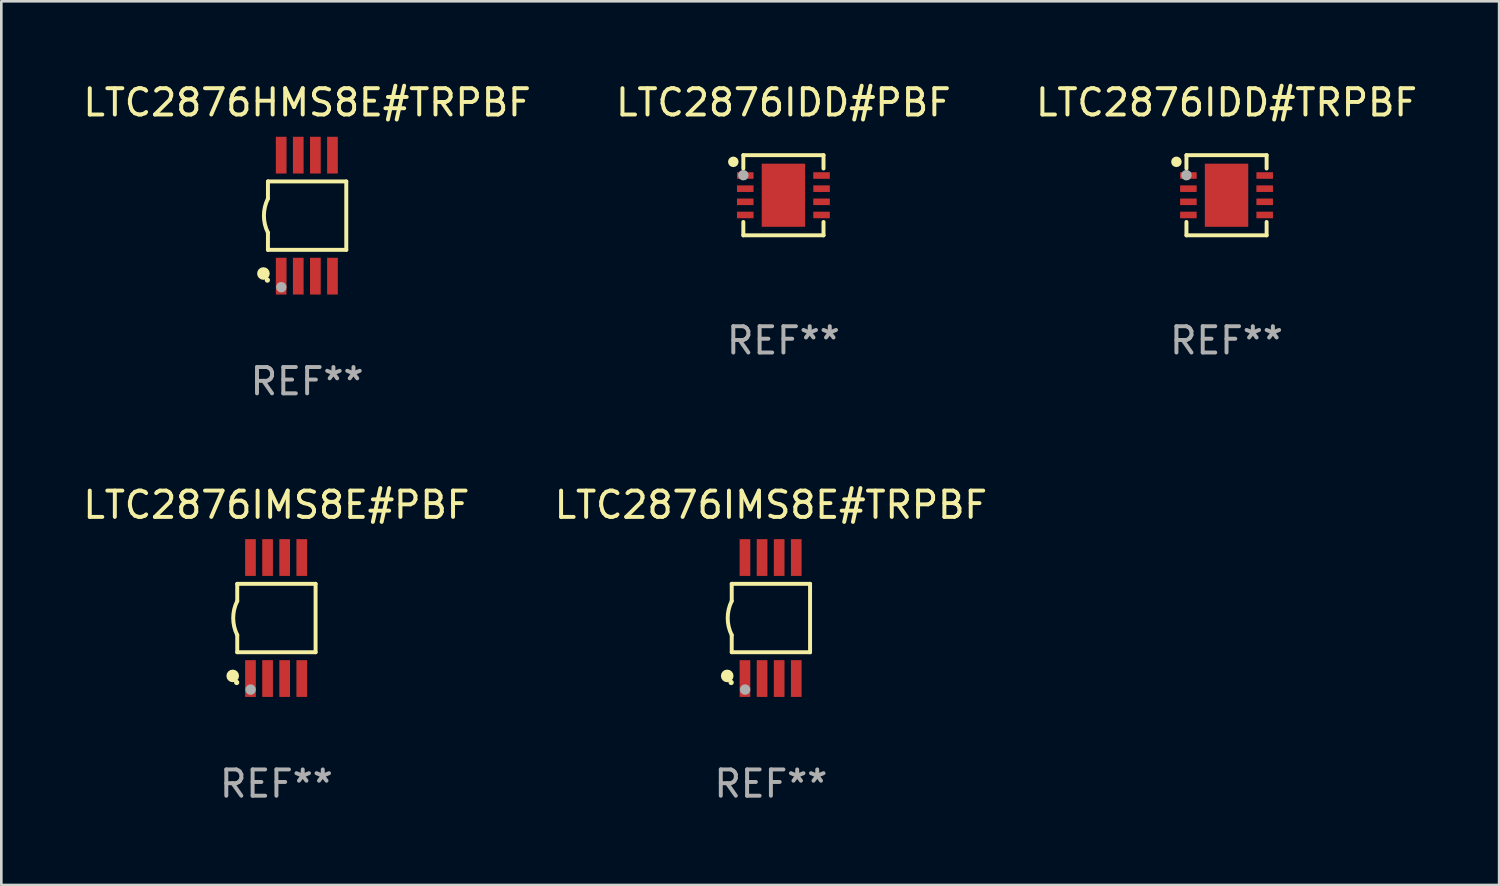
<source format=kicad_pcb>
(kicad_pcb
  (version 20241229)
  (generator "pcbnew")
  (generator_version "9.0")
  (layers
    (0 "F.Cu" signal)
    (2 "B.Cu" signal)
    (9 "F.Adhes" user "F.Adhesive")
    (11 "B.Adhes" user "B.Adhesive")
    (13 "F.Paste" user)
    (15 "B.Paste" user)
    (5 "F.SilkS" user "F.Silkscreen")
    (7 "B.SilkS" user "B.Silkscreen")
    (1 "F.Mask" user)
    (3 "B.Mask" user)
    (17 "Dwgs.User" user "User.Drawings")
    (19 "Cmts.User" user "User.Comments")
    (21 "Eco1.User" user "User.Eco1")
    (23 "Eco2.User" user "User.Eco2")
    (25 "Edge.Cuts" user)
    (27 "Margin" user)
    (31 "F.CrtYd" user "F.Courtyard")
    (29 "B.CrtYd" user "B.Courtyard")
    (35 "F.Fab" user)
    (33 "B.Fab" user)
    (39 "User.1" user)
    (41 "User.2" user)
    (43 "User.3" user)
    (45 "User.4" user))
  (footprint "LTC2876IMS8E#TRPBF"
    (layer "F.Cu")
    (at 26.256 20.445)
    (property "Reference" "LTC2876IMS8E#TRPBF" (at 0 -4.3 0) (layer "F.SilkS") (effects (font (size 1 1) (thickness 0.15))))
    (attr through_hole)
    (fp_line (start -1.489 -1.3) (end -1.489 -0.648) (stroke (width 0.15) (type solid)) (layer "F.SilkS"))
    (fp_line (start -1.489 0.648) (end -1.489 1.3) (stroke (width 0.15) (type solid)) (layer "F.SilkS"))
    (fp_line (start -1.489 1.3) (end 1.489 1.3) (stroke (width 0.15) (type solid)) (layer "F.SilkS"))
    (fp_line (start 1.489 -1.3) (end -1.489 -1.3) (stroke (width 0.15) (type solid)) (layer "F.SilkS"))
    (fp_line (start 1.489 1.3) (end 1.489 -1.3) (stroke (width 0.15) (type solid)) (layer "F.SilkS"))
    (fp_arc (start -1.489205 0.647702) (mid -1.642107 0) (end -1.489205 -0.647701) (stroke (width 0.150013) (type solid)) (layer "F.SilkS"))
    (fp_circle (center -1.661 2.2) (end -1.541 2.2) (stroke (width 0.24) (type solid)) (fill no) (layer "F.SilkS"))
    (fp_circle (center -1.511 2.45) (end -1.461 2.45) (stroke (width 0.1) (type solid)) (fill no) (layer "F.SilkS"))
    (fp_circle (center -0.981 2.72) (end -0.881 2.72) (stroke (width 0.2) (type solid)) (fill no) (layer "F.Fab"))
    (fp_text user "REF**" (at 0 6.3 0) (layer "F.Fab") (effects (font (size 1 1) (thickness 0.15))))
    (pad "1" smd rect (at -0.986 2.3) (size 0.406 1.397) (layers "F.Cu" "F.Mask" "F.Paste"))
    (pad "2" smd rect (at -0.336 2.3) (size 0.406 1.397) (layers "F.Cu" "F.Mask" "F.Paste"))
    (pad "3" smd rect (at 0.314 2.3) (size 0.406 1.397) (layers "F.Cu" "F.Mask" "F.Paste"))
    (pad "4" smd rect (at 0.964 2.3) (size 0.406 1.397) (layers "F.Cu" "F.Mask" "F.Paste"))
    (pad "5" smd rect (at 0.964 -2.3) (size 0.406 1.397) (layers "F.Cu" "F.Mask" "F.Paste"))
    (pad "6" smd rect (at 0.314 -2.3) (size 0.406 1.397) (layers "F.Cu" "F.Mask" "F.Paste"))
    (pad "7" smd rect (at -0.336 -2.3) (size 0.406 1.397) (layers "F.Cu" "F.Mask" "F.Paste"))
    (pad "8" smd rect (at -0.986 -2.3) (size 0.406 1.397) (layers "F.Cu" "F.Mask" "F.Paste")))
  (footprint "LTC2876IDD#TRPBF"
    (layer "F.Cu")
    (at 43.577 4.372)
    (property "Reference" "LTC2876IDD#TRPBF" (at 0 -3.524 0) (layer "F.SilkS") (effects (font (size 1 1) (thickness 0.15))))
    (attr through_hole)
    (fp_line (start -1.524 -1.524) (end 1.524 -1.524) (stroke (width 0.15) (type solid)) (layer "F.SilkS"))
    (fp_line (start -1.524 -1.016) (end -1.524 -1.524) (stroke (width 0.15) (type solid)) (layer "F.SilkS"))
    (fp_line (start -1.524 1.016) (end -1.524 1.524) (stroke (width 0.15) (type solid)) (layer "F.SilkS"))
    (fp_line (start -1.524 1.524) (end 1.524 1.524) (stroke (width 0.15) (type solid)) (layer "F.SilkS"))
    (fp_line (start 1.524 -1.524) (end 1.524 -1.016) (stroke (width 0.15) (type solid)) (layer "F.SilkS"))
    (fp_line (start 1.524 1.524) (end 1.524 1.016) (stroke (width 0.15) (type solid)) (layer "F.SilkS"))
    (fp_circle (center -1.905 -1.27) (end -1.805 -1.27) (stroke (width 0.2) (type solid)) (fill no) (layer "F.SilkS"))
    (fp_circle (center -1.5 -1.5) (end -1.47 -1.5) (stroke (width 0.06) (type solid)) (fill no) (layer "F.SilkS"))
    (fp_circle (center -1.524 -0.762) (end -1.424 -0.762) (stroke (width 0.2) (type solid)) (fill no) (layer "F.Fab"))
    (fp_text user "REF**" (at 0 5.524 0) (layer "F.Fab") (effects (font (size 1 1) (thickness 0.15))))
    (pad "1" smd rect (at -1.45 -0.75) (size 0.63 0.25) (layers "F.Cu" "F.Mask" "F.Paste"))
    (pad "2" smd rect (at -1.45 -0.25) (size 0.63 0.25) (layers "F.Cu" "F.Mask" "F.Paste"))
    (pad "3" smd rect (at -1.45 0.25) (size 0.63 0.25) (layers "F.Cu" "F.Mask" "F.Paste"))
    (pad "4" smd rect (at -1.45 0.75) (size 0.63 0.25) (layers "F.Cu" "F.Mask" "F.Paste"))
    (pad "5" smd rect (at 1.45 0.75) (size 0.63 0.25) (layers "F.Cu" "F.Mask" "F.Paste"))
    (pad "6" smd rect (at 1.45 0.25) (size 0.63 0.25) (layers "F.Cu" "F.Mask" "F.Paste"))
    (pad "7" smd rect (at 1.45 -0.25) (size 0.63 0.25) (layers "F.Cu" "F.Mask" "F.Paste"))
    (pad "8" smd rect (at 1.45 -0.75) (size 0.63 0.25) (layers "F.Cu" "F.Mask" "F.Paste"))
    (pad "9" smd rect (at -0.000025 0.000127) (size 1.65 2.4) (layers "F.Cu" "F.Mask" "F.Paste")))
  (footprint "LTC2876HMS8E#TRPBF"
    (layer "F.Cu")
    (at 8.625 5.148)
    (property "Reference" "LTC2876HMS8E#TRPBF" (at 0 -4.3 0) (layer "F.SilkS") (effects (font (size 1 1) (thickness 0.15))))
    (attr through_hole)
    (fp_line (start -1.489 -1.3) (end -1.489 -0.648) (stroke (width 0.15) (type solid)) (layer "F.SilkS"))
    (fp_line (start -1.489 0.648) (end -1.489 1.3) (stroke (width 0.15) (type solid)) (layer "F.SilkS"))
    (fp_line (start -1.489 1.3) (end 1.489 1.3) (stroke (width 0.15) (type solid)) (layer "F.SilkS"))
    (fp_line (start 1.489 -1.3) (end -1.489 -1.3) (stroke (width 0.15) (type solid)) (layer "F.SilkS"))
    (fp_line (start 1.489 1.3) (end 1.489 -1.3) (stroke (width 0.15) (type solid)) (layer "F.SilkS"))
    (fp_arc (start -1.489205 0.647702) (mid -1.642107 0) (end -1.489205 -0.647701) (stroke (width 0.150013) (type solid)) (layer "F.SilkS"))
    (fp_circle (center -1.661 2.2) (end -1.541 2.2) (stroke (width 0.24) (type solid)) (fill no) (layer "F.SilkS"))
    (fp_circle (center -1.511 2.45) (end -1.461 2.45) (stroke (width 0.1) (type solid)) (fill no) (layer "F.SilkS"))
    (fp_circle (center -0.981 2.72) (end -0.881 2.72) (stroke (width 0.2) (type solid)) (fill no) (layer "F.Fab"))
    (fp_text user "REF**" (at 0 6.3 0) (layer "F.Fab") (effects (font (size 1 1) (thickness 0.15))))
    (pad "1" smd rect (at -0.986 2.3) (size 0.406 1.397) (layers "F.Cu" "F.Mask" "F.Paste"))
    (pad "2" smd rect (at -0.336 2.3) (size 0.406 1.397) (layers "F.Cu" "F.Mask" "F.Paste"))
    (pad "3" smd rect (at 0.314 2.3) (size 0.406 1.397) (layers "F.Cu" "F.Mask" "F.Paste"))
    (pad "4" smd rect (at 0.964 2.3) (size 0.406 1.397) (layers "F.Cu" "F.Mask" "F.Paste"))
    (pad "5" smd rect (at 0.964 -2.3) (size 0.406 1.397) (layers "F.Cu" "F.Mask" "F.Paste"))
    (pad "6" smd rect (at 0.314 -2.3) (size 0.406 1.397) (layers "F.Cu" "F.Mask" "F.Paste"))
    (pad "7" smd rect (at -0.336 -2.3) (size 0.406 1.397) (layers "F.Cu" "F.Mask" "F.Paste"))
    (pad "8" smd rect (at -0.986 -2.3) (size 0.406 1.397) (layers "F.Cu" "F.Mask" "F.Paste")))
  (footprint "LTC2876IDD#PBF"
    (layer "F.Cu")
    (at 26.732 4.372)
    (property "Reference" "LTC2876IDD#PBF" (at 0 -3.524 0) (layer "F.SilkS") (effects (font (size 1 1) (thickness 0.15))))
    (attr through_hole)
    (fp_line (start -1.524 -1.524) (end 1.524 -1.524) (stroke (width 0.15) (type solid)) (layer "F.SilkS"))
    (fp_line (start -1.524 -1.016) (end -1.524 -1.524) (stroke (width 0.15) (type solid)) (layer "F.SilkS"))
    (fp_line (start -1.524 1.016) (end -1.524 1.524) (stroke (width 0.15) (type solid)) (layer "F.SilkS"))
    (fp_line (start -1.524 1.524) (end 1.524 1.524) (stroke (width 0.15) (type solid)) (layer "F.SilkS"))
    (fp_line (start 1.524 -1.524) (end 1.524 -1.016) (stroke (width 0.15) (type solid)) (layer "F.SilkS"))
    (fp_line (start 1.524 1.524) (end 1.524 1.016) (stroke (width 0.15) (type solid)) (layer "F.SilkS"))
    (fp_circle (center -1.905 -1.27) (end -1.805 -1.27) (stroke (width 0.2) (type solid)) (fill no) (layer "F.SilkS"))
    (fp_circle (center -1.5 -1.5) (end -1.47 -1.5) (stroke (width 0.06) (type solid)) (fill no) (layer "F.SilkS"))
    (fp_circle (center -1.524 -0.762) (end -1.424 -0.762) (stroke (width 0.2) (type solid)) (fill no) (layer "F.Fab"))
    (fp_text user "REF**" (at 0 5.524 0) (layer "F.Fab") (effects (font (size 1 1) (thickness 0.15))))
    (pad "1" smd rect (at -1.45 -0.75) (size 0.63 0.25) (layers "F.Cu" "F.Mask" "F.Paste"))
    (pad "2" smd rect (at -1.45 -0.25) (size 0.63 0.25) (layers "F.Cu" "F.Mask" "F.Paste"))
    (pad "3" smd rect (at -1.45 0.25) (size 0.63 0.25) (layers "F.Cu" "F.Mask" "F.Paste"))
    (pad "4" smd rect (at -1.45 0.75) (size 0.63 0.25) (layers "F.Cu" "F.Mask" "F.Paste"))
    (pad "5" smd rect (at 1.45 0.75) (size 0.63 0.25) (layers "F.Cu" "F.Mask" "F.Paste"))
    (pad "6" smd rect (at 1.45 0.25) (size 0.63 0.25) (layers "F.Cu" "F.Mask" "F.Paste"))
    (pad "7" smd rect (at 1.45 -0.25) (size 0.63 0.25) (layers "F.Cu" "F.Mask" "F.Paste"))
    (pad "8" smd rect (at 1.45 -0.75) (size 0.63 0.25) (layers "F.Cu" "F.Mask" "F.Paste"))
    (pad "9" smd rect (at -0.000025 0.000127) (size 1.65 2.4) (layers "F.Cu" "F.Mask" "F.Paste")))
  (footprint "LTC2876IMS8E#PBF"
    (layer "F.Cu")
    (at 7.458 20.445)
    (property "Reference" "LTC2876IMS8E#PBF" (at 0 -4.3 0) (layer "F.SilkS") (effects (font (size 1 1) (thickness 0.15))))
    (attr through_hole)
    (fp_line (start -1.489 -1.3) (end -1.489 -0.648) (stroke (width 0.15) (type solid)) (layer "F.SilkS"))
    (fp_line (start -1.489 0.648) (end -1.489 1.3) (stroke (width 0.15) (type solid)) (layer "F.SilkS"))
    (fp_line (start -1.489 1.3) (end 1.489 1.3) (stroke (width 0.15) (type solid)) (layer "F.SilkS"))
    (fp_line (start 1.489 -1.3) (end -1.489 -1.3) (stroke (width 0.15) (type solid)) (layer "F.SilkS"))
    (fp_line (start 1.489 1.3) (end 1.489 -1.3) (stroke (width 0.15) (type solid)) (layer "F.SilkS"))
    (fp_arc (start -1.489205 0.647702) (mid -1.642107 0) (end -1.489205 -0.647701) (stroke (width 0.150013) (type solid)) (layer "F.SilkS"))
    (fp_circle (center -1.661 2.2) (end -1.541 2.2) (stroke (width 0.24) (type solid)) (fill no) (layer "F.SilkS"))
    (fp_circle (center -1.511 2.45) (end -1.461 2.45) (stroke (width 0.1) (type solid)) (fill no) (layer "F.SilkS"))
    (fp_circle (center -0.981 2.72) (end -0.881 2.72) (stroke (width 0.2) (type solid)) (fill no) (layer "F.Fab"))
    (fp_text user "REF**" (at 0 6.3 0) (layer "F.Fab") (effects (font (size 1 1) (thickness 0.15))))
    (pad "1" smd rect (at -0.986 2.3) (size 0.406 1.397) (layers "F.Cu" "F.Mask" "F.Paste"))
    (pad "2" smd rect (at -0.336 2.3) (size 0.406 1.397) (layers "F.Cu" "F.Mask" "F.Paste"))
    (pad "3" smd rect (at 0.314 2.3) (size 0.406 1.397) (layers "F.Cu" "F.Mask" "F.Paste"))
    (pad "4" smd rect (at 0.964 2.3) (size 0.406 1.397) (layers "F.Cu" "F.Mask" "F.Paste"))
    (pad "5" smd rect (at 0.964 -2.3) (size 0.406 1.397) (layers "F.Cu" "F.Mask" "F.Paste"))
    (pad "6" smd rect (at 0.314 -2.3) (size 0.406 1.397) (layers "F.Cu" "F.Mask" "F.Paste"))
    (pad "7" smd rect (at -0.336 -2.3) (size 0.406 1.397) (layers "F.Cu" "F.Mask" "F.Paste"))
    (pad "8" smd rect (at -0.986 -2.3) (size 0.406 1.397) (layers "F.Cu" "F.Mask" "F.Paste")))
  (gr_rect
    (start -3 -3)
    (end 53.94 30.593)
    (stroke (width 0.1) (type default))
    (fill no)
    (layer "Edge.Cuts")))
</source>
